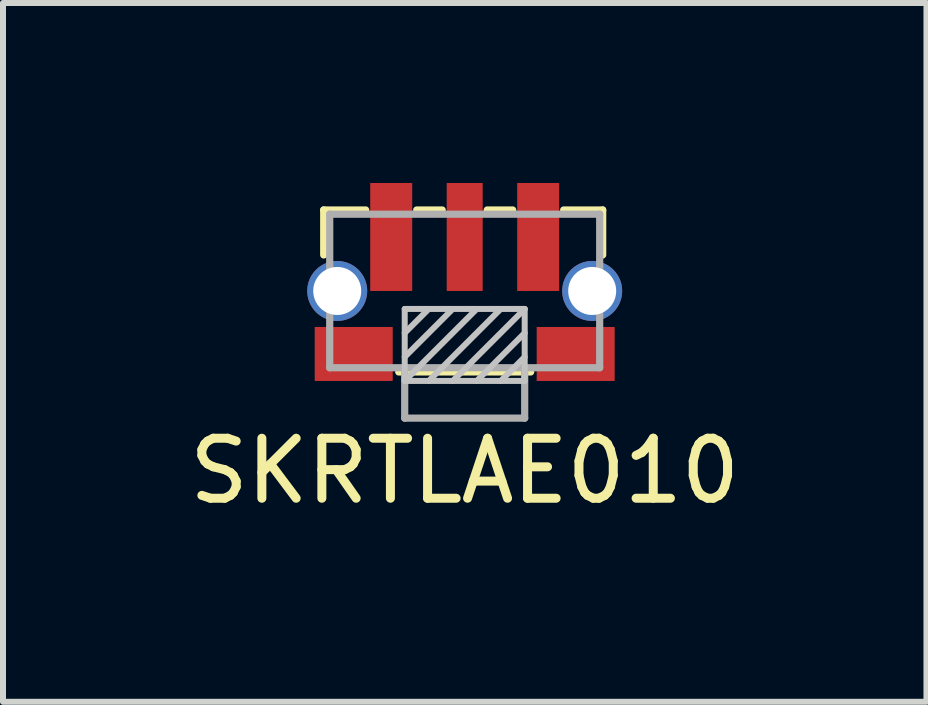
<source format=kicad_pcb>
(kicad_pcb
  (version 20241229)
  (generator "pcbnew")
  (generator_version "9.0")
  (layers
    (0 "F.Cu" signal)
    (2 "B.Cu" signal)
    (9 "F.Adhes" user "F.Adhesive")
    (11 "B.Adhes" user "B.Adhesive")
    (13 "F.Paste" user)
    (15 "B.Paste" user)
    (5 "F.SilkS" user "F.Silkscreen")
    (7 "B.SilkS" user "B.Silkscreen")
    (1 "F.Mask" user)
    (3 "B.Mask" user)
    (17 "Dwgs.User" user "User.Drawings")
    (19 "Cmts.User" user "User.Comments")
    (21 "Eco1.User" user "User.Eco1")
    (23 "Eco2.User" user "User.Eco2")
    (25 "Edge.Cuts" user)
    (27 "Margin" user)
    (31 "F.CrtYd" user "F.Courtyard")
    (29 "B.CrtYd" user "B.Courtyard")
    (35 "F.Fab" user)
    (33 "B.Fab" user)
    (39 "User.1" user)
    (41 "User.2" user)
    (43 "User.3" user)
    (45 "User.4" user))
  (footprint "SKRTLAE010"
    (layer "F.Cu")
    (at 4.696 1.8)
    (property "Reference" "SKRTLAE010" (at 0 3 0) (layer "F.SilkS") (effects (font (size 1 1) (thickness 0.15))))
    (attr through_hole)
    (fp_line (start -2.35 -1.35) (end -2.35 -0.6) (stroke (width 0.12) (type solid)) (layer "F.SilkS"))
    (fp_line (start -1.65 -1.35) (end -2.35 -1.35) (stroke (width 0.12) (type solid)) (layer "F.SilkS"))
    (fp_line (start -0.375 -1.35) (end -0.8 -1.35) (stroke (width 0.12) (type solid)) (layer "F.SilkS"))
    (fp_line (start 0.8 -1.35) (end 0.375 -1.35) (stroke (width 0.12) (type solid)) (layer "F.SilkS"))
    (fp_line (start 1.1 1.35) (end -1.1 1.35) (stroke (width 0.12) (type solid)) (layer "F.SilkS"))
    (fp_line (start 2.3 -1.35) (end 1.65 -1.35) (stroke (width 0.12) (type solid)) (layer "F.SilkS"))
    (fp_line (start 2.3 -1.35) (end 2.3 -0.6) (stroke (width 0.12) (type solid)) (layer "F.SilkS"))
    (fp_line (start -1 0.3) (end 1 0.3) (stroke (width 0.1) (type solid)) (layer "Dwgs.User"))
    (fp_line (start -1 0.7) (end -0.6 0.3) (stroke (width 0.1) (type solid)) (layer "Dwgs.User"))
    (fp_line (start -1 1.1) (end -0.2 0.3) (stroke (width 0.1) (type solid)) (layer "Dwgs.User"))
    (fp_line (start -1 1.5) (end -1 0.3) (stroke (width 0.1) (type solid)) (layer "Dwgs.User"))
    (fp_line (start -1 1.5) (end 0.2 0.3) (stroke (width 0.1) (type solid)) (layer "Dwgs.User"))
    (fp_line (start -1 1.5) (end 1 1.5) (stroke (width 0.1) (type solid)) (layer "Dwgs.User"))
    (fp_line (start -0.6 1.5) (end 0.6 0.3) (stroke (width 0.1) (type solid)) (layer "Dwgs.User"))
    (fp_line (start -0.2 1.5) (end 1 0.3) (stroke (width 0.1) (type solid)) (layer "Dwgs.User"))
    (fp_line (start 0.2 1.5) (end 1 0.7) (stroke (width 0.1) (type solid)) (layer "Dwgs.User"))
    (fp_line (start 0.6 1.5) (end 1 1.1) (stroke (width 0.1) (type solid)) (layer "Dwgs.User"))
    (fp_line (start 1 0.3) (end 1 1.5) (stroke (width 0.1) (type solid)) (layer "Dwgs.User"))
    (fp_line (start -2.25 -1.28) (end 2.25 -1.28) (stroke (width 0.12) (type solid)) (layer "F.Fab"))
    (fp_line (start -2.25 1.28) (end -2.25 -1.28) (stroke (width 0.12) (type solid)) (layer "F.Fab"))
    (fp_line (start -2.25 1.28) (end 2.25 1.28) (stroke (width 0.12) (type solid)) (layer "F.Fab"))
    (fp_line (start -1 1.28) (end -1 2.12) (stroke (width 0.12) (type solid)) (layer "F.Fab"))
    (fp_line (start -1 2.12) (end 1 2.12) (stroke (width 0.12) (type solid)) (layer "F.Fab"))
    (fp_line (start 1 1.28) (end 1 2.12) (stroke (width 0.12) (type solid)) (layer "F.Fab"))
    (fp_line (start 2.25 -1.28) (end 2.25 1.28) (stroke (width 0.12) (type solid)) (layer "F.Fab"))
    (pad "" thru_hole circle (at -2.125 0) (size 1 1) (drill 0.8) (layers "*.Cu" "*.Mask"))
    (pad "" smd rect (at -1.85 1.05) (size 1.3 0.9) (layers "F.Cu" "F.Mask" "F.Paste"))
    (pad "" smd rect (at 1.85 1.05) (size 1.3 0.9) (layers "F.Cu" "F.Mask" "F.Paste"))
    (pad "" thru_hole circle (at 2.125 0) (size 1 1) (drill 0.8) (layers "*.Cu" "*.Mask"))
    (pad "1" smd trapezoid (at -1.225 -0.9) (size 0.7 1.8) (layers "F.Cu" "F.Mask" "F.Paste"))
    (pad "2" smd trapezoid (at 0 -0.9) (size 0.6 1.8) (layers "F.Cu" "F.Mask" "F.Paste"))
    (pad "3" smd trapezoid (at 1.225 -0.9) (size 0.7 1.8) (layers "F.Cu" "F.Mask" "F.Paste")))
  (gr_rect
    (start -3 -3)
    (end 12.393 8.648)
    (stroke (width 0.1) (type default))
    (fill no)
    (layer "Edge.Cuts")))
</source>
